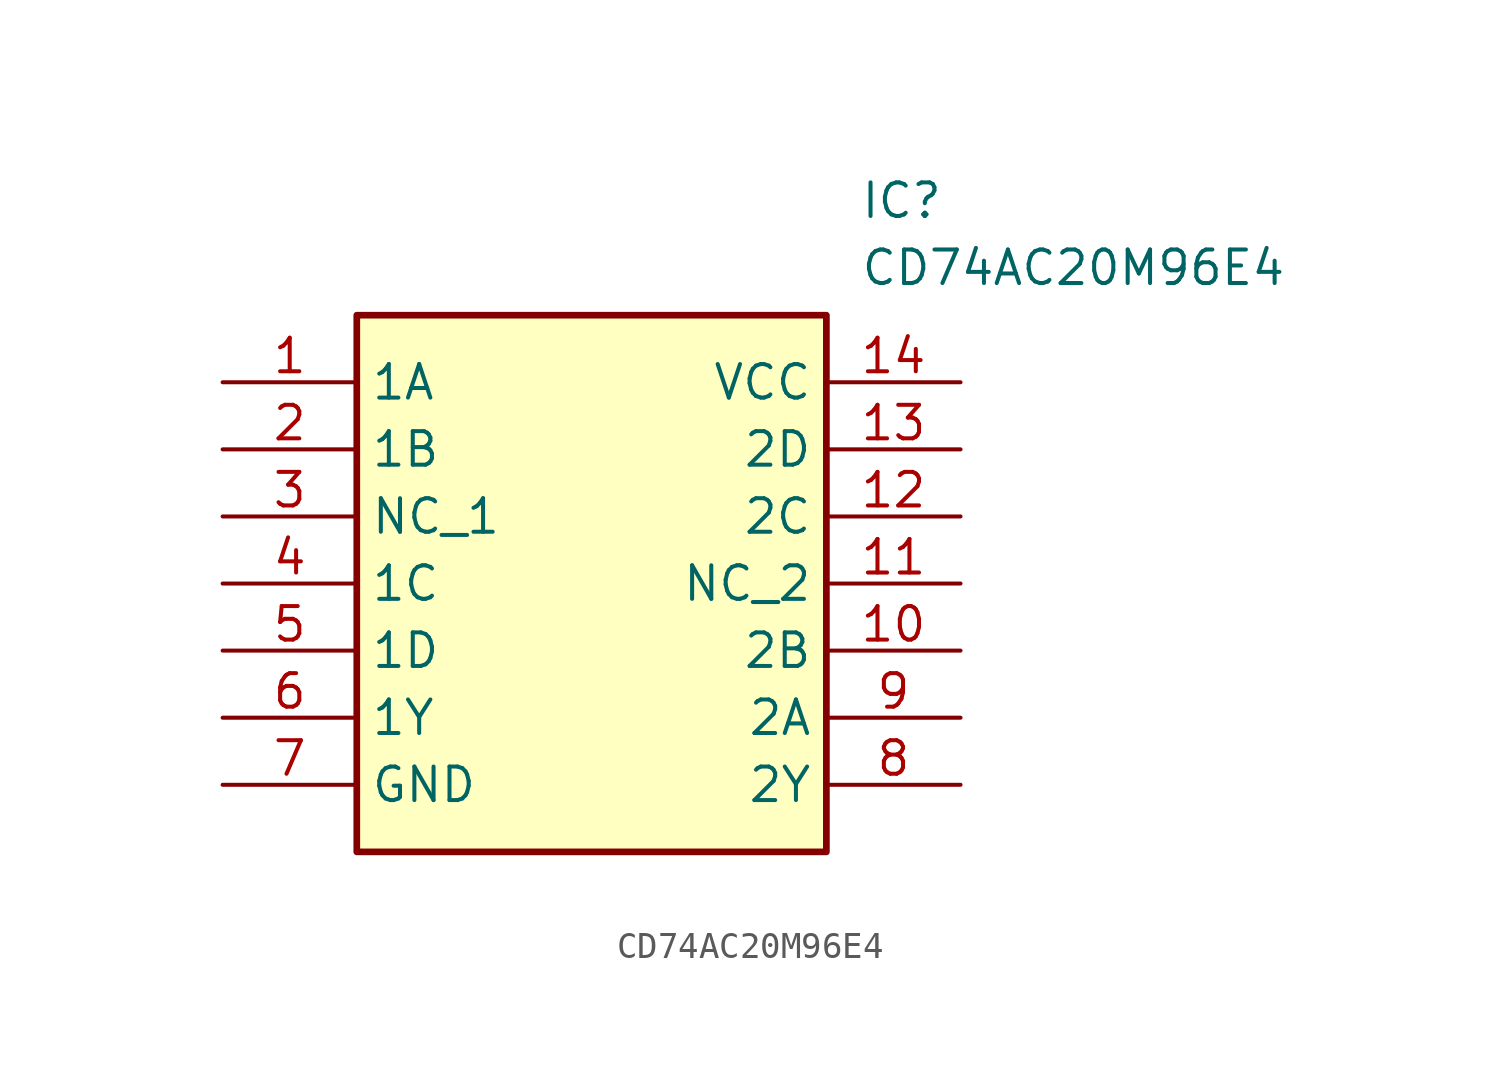
<source format=kicad_sym>
(kicad_symbol_lib
  (version 20211014)
  (generator SamacSys_ECAD_Model)
  (symbol "CD74AC20M96E4"
    (property "Reference" "IC"
      (at 24.13 7.62 0)
      (effects (font (size 1.27 1.27)) (justify left top)))
    (property "Value" "CD74AC20M96E4"
      (at 24.13 5.08 0)
      (effects (font (size 1.27 1.27)) (justify left top)))
    (rectangle
      (start 5.08 2.54)
      (end 22.86 -17.78)
      (stroke (width 0.254) (type default))
      (fill (type background)))
    (pin passive line
      (at 0 0 0)
      (length 5.08)
      (name "1A" (effects (font (size 1.27 1.27))))
      (number "1" (effects (font (size 1.27 1.27)))))
    (pin passive line
      (at 0 -2.54 0)
      (length 5.08)
      (name "1B" (effects (font (size 1.27 1.27))))
      (number "2" (effects (font (size 1.27 1.27)))))
    (pin passive line
      (at 0 -5.08 0)
      (length 5.08)
      (name "NC_1" (effects (font (size 1.27 1.27))))
      (number "3" (effects (font (size 1.27 1.27)))))
    (pin passive line
      (at 0 -7.62 0)
      (length 5.08)
      (name "1C" (effects (font (size 1.27 1.27))))
      (number "4" (effects (font (size 1.27 1.27)))))
    (pin passive line
      (at 0 -10.16 0)
      (length 5.08)
      (name "1D" (effects (font (size 1.27 1.27))))
      (number "5" (effects (font (size 1.27 1.27)))))
    (pin passive line
      (at 0 -12.7 0)
      (length 5.08)
      (name "1Y" (effects (font (size 1.27 1.27))))
      (number "6" (effects (font (size 1.27 1.27)))))
    (pin passive line
      (at 0 -15.24 0)
      (length 5.08)
      (name "GND" (effects (font (size 1.27 1.27))))
      (number "7" (effects (font (size 1.27 1.27)))))
    (pin passive line
      (at 27.94 0 180)
      (length 5.08)
      (name "VCC" (effects (font (size 1.27 1.27))))
      (number "14" (effects (font (size 1.27 1.27)))))
    (pin passive line
      (at 27.94 -2.54 180)
      (length 5.08)
      (name "2D" (effects (font (size 1.27 1.27))))
      (number "13" (effects (font (size 1.27 1.27)))))
    (pin passive line
      (at 27.94 -5.08 180)
      (length 5.08)
      (name "2C" (effects (font (size 1.27 1.27))))
      (number "12" (effects (font (size 1.27 1.27)))))
    (pin passive line
      (at 27.94 -7.62 180)
      (length 5.08)
      (name "NC_2" (effects (font (size 1.27 1.27))))
      (number "11" (effects (font (size 1.27 1.27)))))
    (pin passive line
      (at 27.94 -10.16 180)
      (length 5.08)
      (name "2B" (effects (font (size 1.27 1.27))))
      (number "10" (effects (font (size 1.27 1.27)))))
    (pin passive line
      (at 27.94 -12.7 180)
      (length 5.08)
      (name "2A" (effects (font (size 1.27 1.27))))
      (number "9" (effects (font (size 1.27 1.27)))))
    (pin passive line
      (at 27.94 -15.24 180)
      (length 5.08)
      (name "2Y" (effects (font (size 1.27 1.27))))
      (number "8" (effects (font (size 1.27 1.27)))))))
</source>
